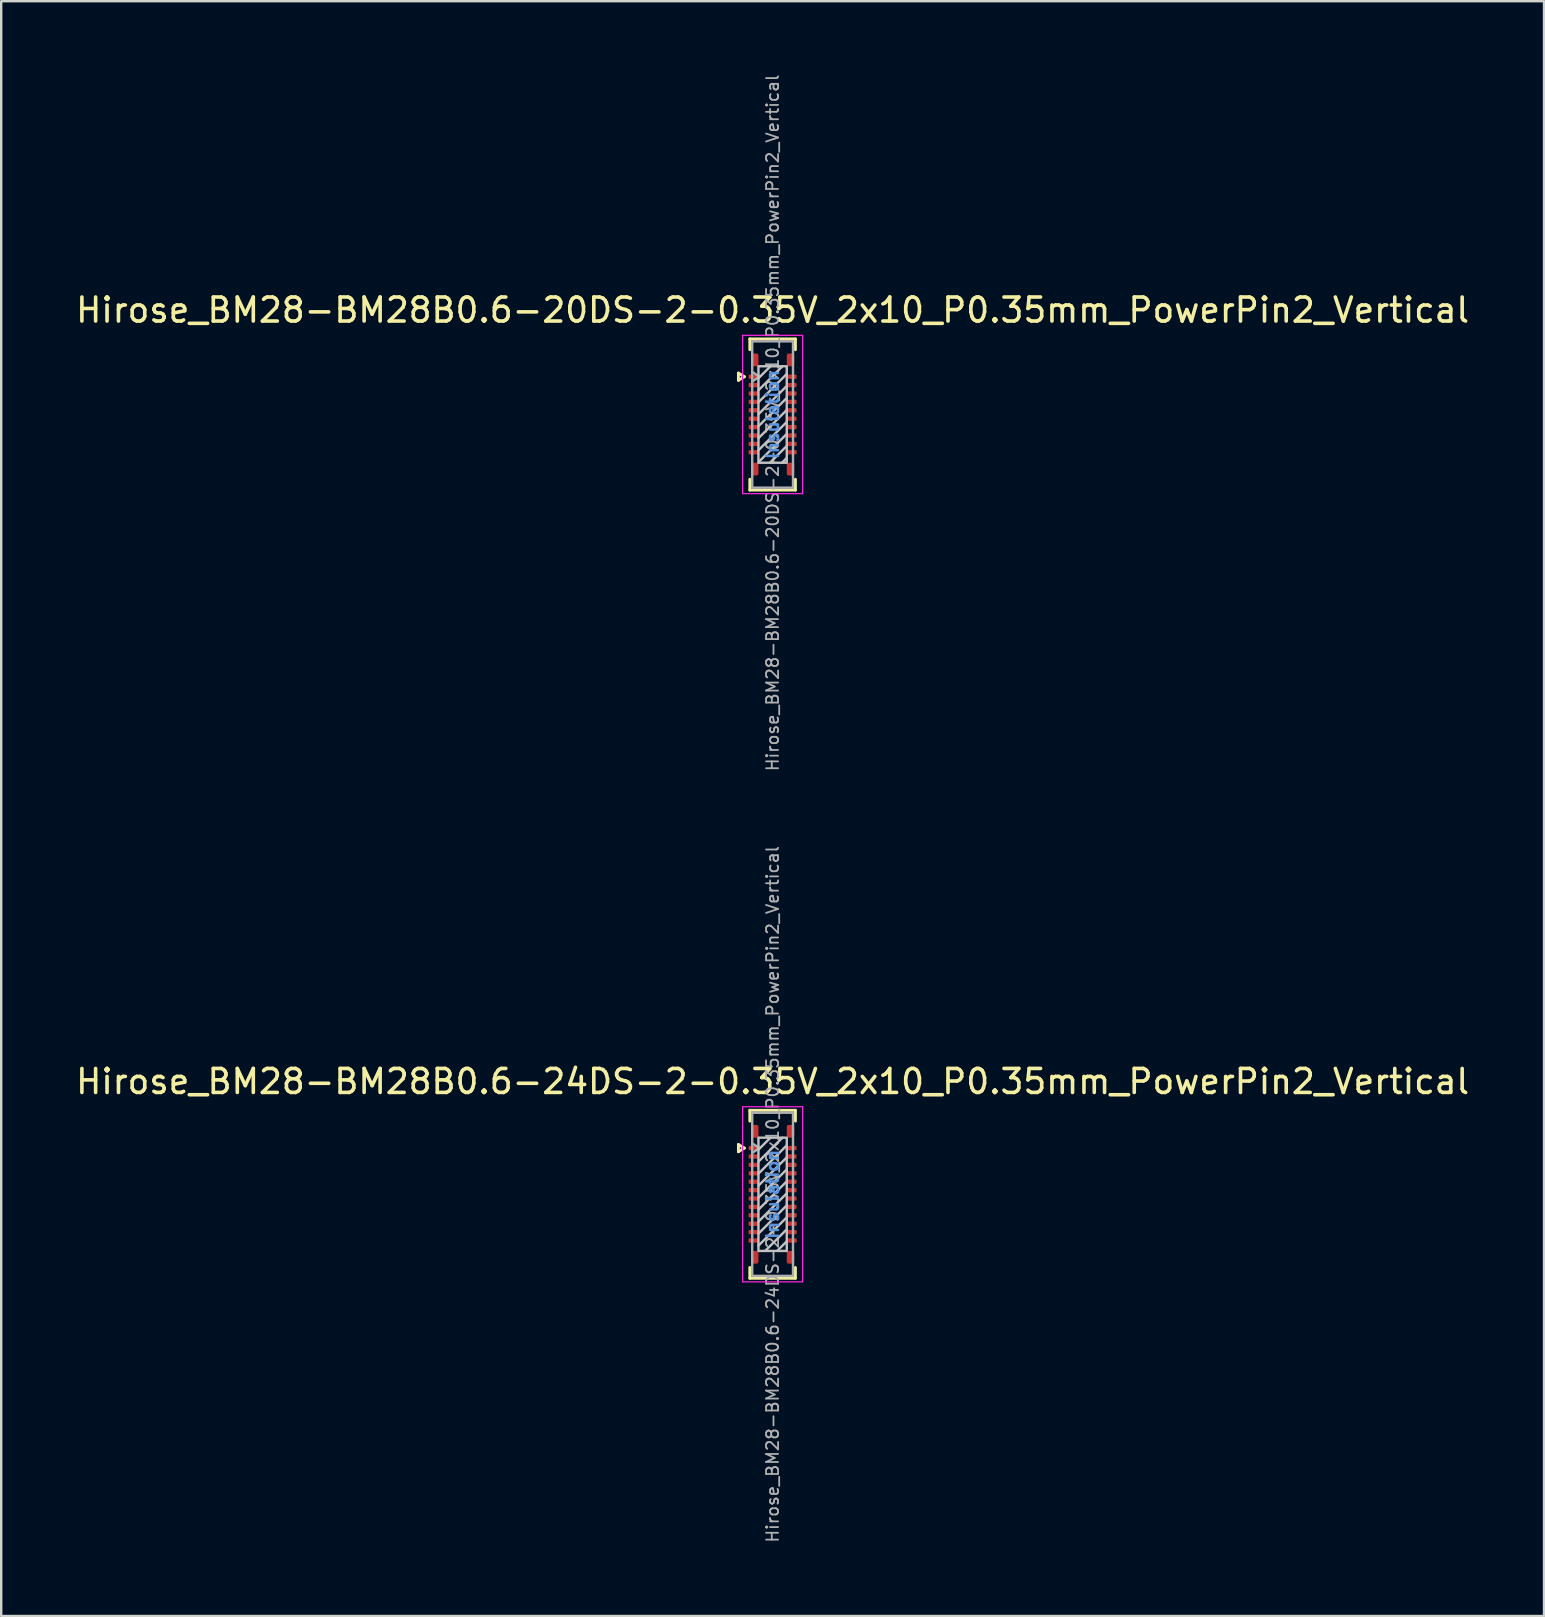
<source format=kicad_pcb>
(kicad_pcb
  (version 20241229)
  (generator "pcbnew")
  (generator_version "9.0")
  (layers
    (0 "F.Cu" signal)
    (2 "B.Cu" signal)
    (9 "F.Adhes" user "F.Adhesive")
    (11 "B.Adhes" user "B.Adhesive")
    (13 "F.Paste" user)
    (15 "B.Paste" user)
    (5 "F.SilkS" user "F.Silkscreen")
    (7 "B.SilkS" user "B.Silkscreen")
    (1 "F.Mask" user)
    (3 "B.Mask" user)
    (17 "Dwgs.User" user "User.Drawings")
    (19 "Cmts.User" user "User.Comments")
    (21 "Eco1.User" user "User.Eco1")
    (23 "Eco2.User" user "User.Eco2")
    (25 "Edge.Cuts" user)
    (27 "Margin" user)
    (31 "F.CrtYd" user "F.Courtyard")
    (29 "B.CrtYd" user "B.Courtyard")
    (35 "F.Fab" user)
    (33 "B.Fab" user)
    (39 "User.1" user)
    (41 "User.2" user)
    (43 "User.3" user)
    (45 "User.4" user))
  (footprint "Hirose_BM28-BM28B0.6-20DS-2-0.35V_2x10_P0.35mm_PowerPin2_Vertical"
    (layer "F.Cu")
    (at 29.149 14.224)
    (property "Reference" "Hirose_BM28-BM28B0.6-20DS-2-0.35V_2x10_P0.35mm_PowerPin2_Vertical" (at 0 -4.35 0) (layer "F.SilkS") (effects (font (size 1 1) (thickness 0.15))))
    (attr smd)
    (fp_line (start -1.425 -1.725) (end -1.175 -1.575) (stroke (width 0.12) (type solid)) (layer "F.SilkS"))
    (fp_line (start -1.425 -1.425) (end -1.425 -1.725) (stroke (width 0.12) (type solid)) (layer "F.SilkS"))
    (fp_line (start -1.175 -1.575) (end -1.425 -1.425) (stroke (width 0.12) (type solid)) (layer "F.SilkS"))
    (fp_line (start -0.95 -3.15) (end -0.95 -2.7) (stroke (width 0.12) (type solid)) (layer "F.SilkS"))
    (fp_line (start -0.95 -3.15) (end 0.95 -3.15) (stroke (width 0.12) (type solid)) (layer "F.SilkS"))
    (fp_line (start -0.95 3.15) (end -0.95 2.7) (stroke (width 0.12) (type solid)) (layer "F.SilkS"))
    (fp_line (start -0.95 3.15) (end 0.95 3.15) (stroke (width 0.12) (type solid)) (layer "F.SilkS"))
    (fp_line (start 0.95 -3.15) (end 0.95 -2.7) (stroke (width 0.12) (type solid)) (layer "F.SilkS"))
    (fp_line (start 0.95 3.15) (end 0.95 2.7) (stroke (width 0.12) (type solid)) (layer "F.SilkS"))
    (fp_line (start -0.59 -0.51) (end 0.59 -1.69) (stroke (width 0.1) (type solid)) (layer "Dwgs.User"))
    (fp_line (start -0.59 -0.01) (end 0.59 -1.19) (stroke (width 0.1) (type solid)) (layer "Dwgs.User"))
    (fp_line (start -0.59 0.49) (end 0.59 -0.69) (stroke (width 0.1) (type solid)) (layer "Dwgs.User"))
    (fp_line (start -0.59 0.99) (end 0.59 -0.19) (stroke (width 0.1) (type solid)) (layer "Dwgs.User"))
    (fp_line (start -0.59 1.49) (end 0.59 0.31) (stroke (width 0.1) (type solid)) (layer "Dwgs.User"))
    (fp_line (start -0.59 1.99) (end 0.59 0.81) (stroke (width 0.1) (type solid)) (layer "Dwgs.User"))
    (fp_line (start -0.11 2.01) (end 0.59 1.31) (stroke (width 0.1) (type solid)) (layer "Dwgs.User"))
    (fp_line (start -0.09 -2.01) (end -0.59 -1.51) (stroke (width 0.1) (type solid)) (layer "Dwgs.User"))
    (fp_line (start 0.39 2.01) (end 0.59 1.81) (stroke (width 0.1) (type solid)) (layer "Dwgs.User"))
    (fp_line (start 0.41 -2.01) (end -0.59 -1.01) (stroke (width 0.1) (type solid)) (layer "Dwgs.User"))
    (fp_rect (start -0.59 -2.01) (end 0.59 2.01) (stroke (width 0.1) (type solid)) (fill no) (layer "Dwgs.User"))
    (fp_line (start -1.25 -3.3) (end 1.25 -3.3) (stroke (width 0.05) (type solid)) (layer "F.CrtYd"))
    (fp_line (start -1.25 3.3) (end -1.25 -3.3) (stroke (width 0.05) (type solid)) (layer "F.CrtYd"))
    (fp_line (start 1.25 -3.3) (end 1.25 3.3) (stroke (width 0.05) (type solid)) (layer "F.CrtYd"))
    (fp_line (start 1.25 3.3) (end -1.25 3.3) (stroke (width 0.05) (type solid)) (layer "F.CrtYd"))
    (fp_line (start -0.85 -3.05) (end -0.85 3.05) (stroke (width 0.1) (type solid)) (layer "F.Fab"))
    (fp_line (start -0.85 -3.05) (end 0.85 -3.05) (stroke (width 0.1) (type solid)) (layer "F.Fab"))
    (fp_line (start -0.85 -1.775) (end -0.55 -1.575) (stroke (width 0.1) (type solid)) (layer "F.Fab"))
    (fp_line (start -0.85 3.05) (end 0.85 3.05) (stroke (width 0.1) (type solid)) (layer "F.Fab"))
    (fp_line (start -0.55 -1.575) (end -0.85 -1.375) (stroke (width 0.1) (type solid)) (layer "F.Fab"))
    (fp_line (start 0.85 -3.05) (end 0.85 3.05) (stroke (width 0.1) (type solid)) (layer "F.Fab"))
    (fp_text user "Insulation" (at 0 0 90) (unlocked yes) (layer "Cmts.User") (effects (font (size 0.5 0.5) (thickness 0.1))))
    (fp_text user "${REFERENCE}" (at 0 0.35 90) (layer "F.Fab") (effects (font (size 0.5 0.5) (thickness 0.075))))
    (pad "1" smd roundrect (at -0.795 -1.575 90) (size 0.18 0.41) (layers "F.Cu" "F.Mask" "F.Paste") (roundrect_rratio 0.25))
    (pad "2" smd roundrect (at 0.795 -1.575 90) (size 0.18 0.41) (layers "F.Cu" "F.Mask" "F.Paste") (roundrect_rratio 0.25))
    (pad "3" smd roundrect (at -0.795 -1.225 90) (size 0.18 0.41) (layers "F.Cu" "F.Mask" "F.Paste") (roundrect_rratio 0.25))
    (pad "4" smd roundrect (at 0.795 -1.225 90) (size 0.18 0.41) (layers "F.Cu" "F.Mask" "F.Paste") (roundrect_rratio 0.25))
    (pad "5" smd roundrect (at -0.795 -0.875 90) (size 0.18 0.41) (layers "F.Cu" "F.Mask" "F.Paste") (roundrect_rratio 0.25))
    (pad "6" smd roundrect (at 0.795 -0.875 90) (size 0.18 0.41) (layers "F.Cu" "F.Mask" "F.Paste") (roundrect_rratio 0.25))
    (pad "7" smd roundrect (at -0.795 -0.525 90) (size 0.18 0.41) (layers "F.Cu" "F.Mask" "F.Paste") (roundrect_rratio 0.25))
    (pad "8" smd roundrect (at 0.795 -0.525 90) (size 0.18 0.41) (layers "F.Cu" "F.Mask" "F.Paste") (roundrect_rratio 0.25))
    (pad "9" smd roundrect (at -0.795 -0.175 90) (size 0.18 0.41) (layers "F.Cu" "F.Mask" "F.Paste") (roundrect_rratio 0.25))
    (pad "10" smd roundrect (at 0.795 -0.175 90) (size 0.18 0.41) (layers "F.Cu" "F.Mask" "F.Paste") (roundrect_rratio 0.25))
    (pad "11" smd roundrect (at -0.795 0.175 90) (size 0.18 0.41) (layers "F.Cu" "F.Mask" "F.Paste") (roundrect_rratio 0.25))
    (pad "12" smd roundrect (at 0.795 0.175 90) (size 0.18 0.41) (layers "F.Cu" "F.Mask" "F.Paste") (roundrect_rratio 0.25))
    (pad "13" smd roundrect (at -0.795 0.525 90) (size 0.18 0.41) (layers "F.Cu" "F.Mask" "F.Paste") (roundrect_rratio 0.25))
    (pad "14" smd roundrect (at 0.795 0.525 90) (size 0.18 0.41) (layers "F.Cu" "F.Mask" "F.Paste") (roundrect_rratio 0.25))
    (pad "15" smd roundrect (at -0.795 0.875 90) (size 0.18 0.41) (layers "F.Cu" "F.Mask" "F.Paste") (roundrect_rratio 0.25))
    (pad "16" smd roundrect (at 0.795 0.875 90) (size 0.18 0.41) (layers "F.Cu" "F.Mask" "F.Paste") (roundrect_rratio 0.25))
    (pad "17" smd roundrect (at -0.8 1.225 90) (size 0.18 0.41) (layers "F.Cu" "F.Mask" "F.Paste") (roundrect_rratio 0.25))
    (pad "18" smd roundrect (at 0.8 1.225 90) (size 0.18 0.41) (layers "F.Cu" "F.Mask" "F.Paste") (roundrect_rratio 0.25))
    (pad "19" smd roundrect (at -0.8 1.575 90) (size 0.18 0.41) (layers "F.Cu" "F.Mask" "F.Paste") (roundrect_rratio 0.25))
    (pad "20" smd roundrect (at 0.8 1.575 90) (size 0.18 0.41) (layers "F.Cu" "F.Mask" "F.Paste") (roundrect_rratio 0.25))
    (pad "21" smd roundrect (at -0.745 -2.275 90) (size 0.53 0.31) (layers "F.Cu" "F.Mask" "F.Paste") (roundrect_rratio 0.25))
    (pad "21" smd roundrect (at 0.745 -2.275 90) (size 0.53 0.31) (layers "F.Cu" "F.Mask" "F.Paste") (roundrect_rratio 0.25))
    (pad "22" smd roundrect (at -0.745 2.275 90) (size 0.53 0.31) (layers "F.Cu" "F.Mask" "F.Paste") (roundrect_rratio 0.25))
    (pad "22" smd roundrect (at 0.745 2.275 90) (size 0.53 0.31) (layers "F.Cu" "F.Mask" "F.Paste") (roundrect_rratio 0.25)))
  (footprint "Hirose_BM28-BM28B0.6-24DS-2-0.35V_2x10_P0.35mm_PowerPin2_Vertical"
    (layer "F.Cu")
    (at 29.149 46.723)
    (property "Reference" "Hirose_BM28-BM28B0.6-24DS-2-0.35V_2x10_P0.35mm_PowerPin2_Vertical" (at 0 -4.7 0) (layer "F.SilkS") (effects (font (size 1 1) (thickness 0.15))))
    (attr smd)
    (fp_line (start -1.425 -2.075) (end -1.175 -1.925) (stroke (width 0.12) (type solid)) (layer "F.SilkS"))
    (fp_line (start -1.425 -1.775) (end -1.425 -2.075) (stroke (width 0.12) (type solid)) (layer "F.SilkS"))
    (fp_line (start -1.175 -1.925) (end -1.425 -1.775) (stroke (width 0.12) (type solid)) (layer "F.SilkS"))
    (fp_line (start -0.95 -3.5) (end -0.95 -3.05) (stroke (width 0.12) (type solid)) (layer "F.SilkS"))
    (fp_line (start -0.95 -3.5) (end 0.95 -3.5) (stroke (width 0.12) (type solid)) (layer "F.SilkS"))
    (fp_line (start -0.95 3.5) (end -0.95 3.05) (stroke (width 0.12) (type solid)) (layer "F.SilkS"))
    (fp_line (start -0.95 3.5) (end 0.95 3.5) (stroke (width 0.12) (type solid)) (layer "F.SilkS"))
    (fp_line (start 0.95 -3.5) (end 0.95 -3.05) (stroke (width 0.12) (type solid)) (layer "F.SilkS"))
    (fp_line (start 0.95 3.5) (end 0.95 3.05) (stroke (width 0.12) (type solid)) (layer "F.SilkS"))
    (fp_line (start -0.59 -0.86) (end 0.59 -2.04) (stroke (width 0.1) (type solid)) (layer "Dwgs.User"))
    (fp_line (start -0.59 -0.36) (end 0.59 -1.54) (stroke (width 0.1) (type solid)) (layer "Dwgs.User"))
    (fp_line (start -0.59 0.14) (end 0.59 -1.04) (stroke (width 0.1) (type solid)) (layer "Dwgs.User"))
    (fp_line (start -0.59 0.64) (end 0.59 -0.54) (stroke (width 0.1) (type solid)) (layer "Dwgs.User"))
    (fp_line (start -0.59 1.14) (end 0.59 -0.04) (stroke (width 0.1) (type solid)) (layer "Dwgs.User"))
    (fp_line (start -0.59 1.64) (end 0.59 0.46) (stroke (width 0.1) (type solid)) (layer "Dwgs.User"))
    (fp_line (start -0.59 2.14) (end 0.59 0.96) (stroke (width 0.1) (type solid)) (layer "Dwgs.User"))
    (fp_line (start -0.09 -2.36) (end -0.59 -1.86) (stroke (width 0.1) (type solid)) (layer "Dwgs.User"))
    (fp_line (start 0.41 -2.36) (end -0.59 -1.36) (stroke (width 0.1) (type solid)) (layer "Dwgs.User"))
    (fp_line (start 0.59 1.46) (end -0.31 2.36) (stroke (width 0.1) (type solid)) (layer "Dwgs.User"))
    (fp_line (start 0.59 1.96) (end 0.19 2.36) (stroke (width 0.1) (type solid)) (layer "Dwgs.User"))
    (fp_rect (start -0.59 -2.36) (end 0.59 2.36) (stroke (width 0.1) (type solid)) (fill no) (layer "Dwgs.User"))
    (fp_line (start -1.25 -3.65) (end 1.25 -3.65) (stroke (width 0.05) (type solid)) (layer "F.CrtYd"))
    (fp_line (start -1.25 3.65) (end -1.25 -3.65) (stroke (width 0.05) (type solid)) (layer "F.CrtYd"))
    (fp_line (start 1.25 -3.65) (end 1.25 3.65) (stroke (width 0.05) (type solid)) (layer "F.CrtYd"))
    (fp_line (start 1.25 3.65) (end -1.25 3.65) (stroke (width 0.05) (type solid)) (layer "F.CrtYd"))
    (fp_line (start -0.85 -3.4) (end -0.85 3.4) (stroke (width 0.1) (type solid)) (layer "F.Fab"))
    (fp_line (start -0.85 -3.4) (end 0.85 -3.4) (stroke (width 0.1) (type solid)) (layer "F.Fab"))
    (fp_line (start -0.85 -2.125) (end -0.55 -1.925) (stroke (width 0.1) (type solid)) (layer "F.Fab"))
    (fp_line (start -0.85 3.4) (end 0.85 3.4) (stroke (width 0.1) (type solid)) (layer "F.Fab"))
    (fp_line (start -0.55 -1.925) (end -0.85 -1.725) (stroke (width 0.1) (type solid)) (layer "F.Fab"))
    (fp_line (start 0.85 -3.4) (end 0.85 3.4) (stroke (width 0.1) (type solid)) (layer "F.Fab"))
    (fp_text user "Insulation" (at 0 0 90) (unlocked yes) (layer "Cmts.User") (effects (font (size 0.5 0.5) (thickness 0.1))))
    (fp_text user "${REFERENCE}" (at 0 0 90) (layer "F.Fab") (effects (font (size 0.5 0.5) (thickness 0.075))))
    (pad "1" smd roundrect (at -0.795 -1.925 90) (size 0.18 0.41) (layers "F.Cu" "F.Mask" "F.Paste") (roundrect_rratio 0.25))
    (pad "2" smd roundrect (at 0.795 -1.925 90) (size 0.18 0.41) (layers "F.Cu" "F.Mask" "F.Paste") (roundrect_rratio 0.25))
    (pad "3" smd roundrect (at -0.795 -1.575 90) (size 0.18 0.41) (layers "F.Cu" "F.Mask" "F.Paste") (roundrect_rratio 0.25))
    (pad "4" smd roundrect (at 0.795 -1.575 90) (size 0.18 0.41) (layers "F.Cu" "F.Mask" "F.Paste") (roundrect_rratio 0.25))
    (pad "5" smd roundrect (at -0.795 -1.225 90) (size 0.18 0.41) (layers "F.Cu" "F.Mask" "F.Paste") (roundrect_rratio 0.25))
    (pad "6" smd roundrect (at 0.795 -1.225 90) (size 0.18 0.41) (layers "F.Cu" "F.Mask" "F.Paste") (roundrect_rratio 0.25))
    (pad "7" smd roundrect (at -0.795 -0.875 90) (size 0.18 0.41) (layers "F.Cu" "F.Mask" "F.Paste") (roundrect_rratio 0.25))
    (pad "8" smd roundrect (at 0.795 -0.875 90) (size 0.18 0.41) (layers "F.Cu" "F.Mask" "F.Paste") (roundrect_rratio 0.25))
    (pad "9" smd roundrect (at -0.795 -0.525 90) (size 0.18 0.41) (layers "F.Cu" "F.Mask" "F.Paste") (roundrect_rratio 0.25))
    (pad "10" smd roundrect (at 0.795 -0.525 90) (size 0.18 0.41) (layers "F.Cu" "F.Mask" "F.Paste") (roundrect_rratio 0.25))
    (pad "11" smd roundrect (at -0.795 -0.175 90) (size 0.18 0.41) (layers "F.Cu" "F.Mask" "F.Paste") (roundrect_rratio 0.25))
    (pad "12" smd roundrect (at 0.795 -0.175 90) (size 0.18 0.41) (layers "F.Cu" "F.Mask" "F.Paste") (roundrect_rratio 0.25))
    (pad "13" smd roundrect (at -0.795 0.175 90) (size 0.18 0.41) (layers "F.Cu" "F.Mask" "F.Paste") (roundrect_rratio 0.25))
    (pad "14" smd roundrect (at 0.795 0.175 90) (size 0.18 0.41) (layers "F.Cu" "F.Mask" "F.Paste") (roundrect_rratio 0.25))
    (pad "15" smd roundrect (at -0.795 0.525 90) (size 0.18 0.41) (layers "F.Cu" "F.Mask" "F.Paste") (roundrect_rratio 0.25))
    (pad "16" smd roundrect (at 0.795 0.525 90) (size 0.18 0.41) (layers "F.Cu" "F.Mask" "F.Paste") (roundrect_rratio 0.25))
    (pad "17" smd roundrect (at -0.8 0.875 90) (size 0.18 0.41) (layers "F.Cu" "F.Mask" "F.Paste") (roundrect_rratio 0.25))
    (pad "18" smd roundrect (at 0.8 0.875 90) (size 0.18 0.41) (layers "F.Cu" "F.Mask" "F.Paste") (roundrect_rratio 0.25))
    (pad "19" smd roundrect (at -0.8 1.225 90) (size 0.18 0.41) (layers "F.Cu" "F.Mask" "F.Paste") (roundrect_rratio 0.25))
    (pad "20" smd roundrect (at 0.8 1.225 90) (size 0.18 0.41) (layers "F.Cu" "F.Mask" "F.Paste") (roundrect_rratio 0.25))
    (pad "21" smd roundrect (at -0.8 1.575 90) (size 0.18 0.41) (layers "F.Cu" "F.Mask" "F.Paste") (roundrect_rratio 0.25))
    (pad "22" smd roundrect (at 0.8 1.575 90) (size 0.18 0.41) (layers "F.Cu" "F.Mask" "F.Paste") (roundrect_rratio 0.25))
    (pad "23" smd roundrect (at -0.8 1.925 90) (size 0.18 0.41) (layers "F.Cu" "F.Mask" "F.Paste") (roundrect_rratio 0.25))
    (pad "24" smd roundrect (at 0.8 1.925 90) (size 0.18 0.41) (layers "F.Cu" "F.Mask" "F.Paste") (roundrect_rratio 0.25))
    (pad "25" smd roundrect (at -0.745 -2.625 90) (size 0.53 0.31) (layers "F.Cu" "F.Mask" "F.Paste") (roundrect_rratio 0.25))
    (pad "25" smd roundrect (at 0.745 -2.625 90) (size 0.53 0.31) (layers "F.Cu" "F.Mask" "F.Paste") (roundrect_rratio 0.25))
    (pad "26" smd roundrect (at -0.745 2.625 90) (size 0.53 0.31) (layers "F.Cu" "F.Mask" "F.Paste") (roundrect_rratio 0.25))
    (pad "26" smd roundrect (at 0.745 2.625 90) (size 0.53 0.31) (layers "F.Cu" "F.Mask" "F.Paste") (roundrect_rratio 0.25)))
  (gr_rect
    (start -3 -3)
    (end 61.298 64.298)
    (stroke (width 0.1) (type default))
    (fill no)
    (layer "Edge.Cuts")))
</source>
